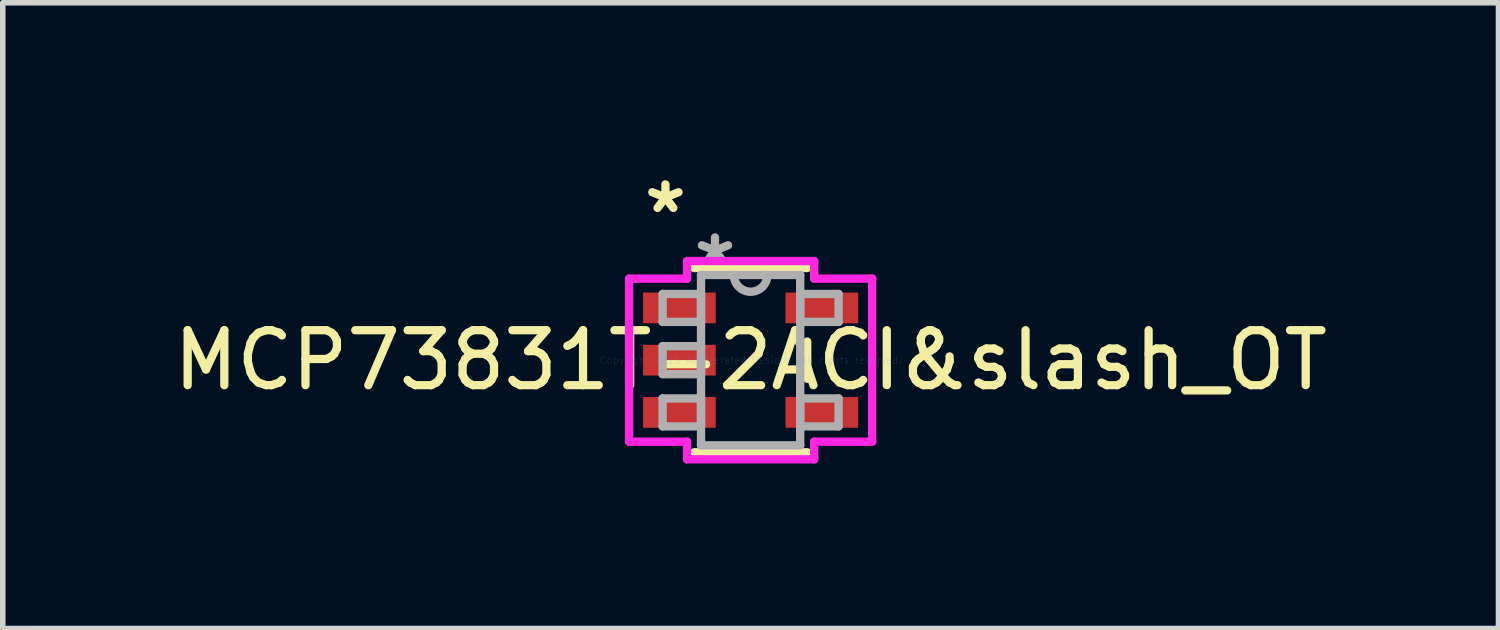
<source format=kicad_pcb>
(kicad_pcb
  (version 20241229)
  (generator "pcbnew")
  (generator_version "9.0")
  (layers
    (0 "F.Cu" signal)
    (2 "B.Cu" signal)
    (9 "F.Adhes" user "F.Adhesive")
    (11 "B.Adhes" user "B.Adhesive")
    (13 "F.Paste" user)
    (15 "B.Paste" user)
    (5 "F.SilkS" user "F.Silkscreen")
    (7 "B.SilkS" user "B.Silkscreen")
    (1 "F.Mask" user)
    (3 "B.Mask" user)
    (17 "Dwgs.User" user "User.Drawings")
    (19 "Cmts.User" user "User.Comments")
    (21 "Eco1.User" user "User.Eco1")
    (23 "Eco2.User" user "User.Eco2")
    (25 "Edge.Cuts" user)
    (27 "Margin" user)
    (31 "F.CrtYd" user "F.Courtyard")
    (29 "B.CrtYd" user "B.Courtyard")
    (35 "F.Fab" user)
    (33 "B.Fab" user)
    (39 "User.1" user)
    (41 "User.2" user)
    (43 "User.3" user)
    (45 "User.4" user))
  (footprint "MCP73831T-2ACI&slash_OT"
    (layer "F.Cu")
    (at 10.601 3.5)
    (property "Reference" "MCP73831T-2ACI&slash_OT" (at 0 0 0) (layer "F.SilkS") (effects (font (size 1 1) (thickness 0.15))))
    (attr through_hole)
    (fp_line (start -1.029 1.676) (end 1.029 1.676) (stroke (width 0.152) (type solid)) (layer "F.SilkS"))
    (fp_line (start 1.029 -1.676) (end -1.029 -1.676) (stroke (width 0.152) (type solid)) (layer "F.SilkS"))
    (fp_line (start 1.029 0.338) (end 1.029 -0.338) (stroke (width 0.152) (type solid)) (layer "F.SilkS"))
    (fp_line (start -2.21 -1.483) (end -1.156 -1.483) (stroke (width 0.152) (type solid)) (layer "F.CrtYd"))
    (fp_line (start -2.21 1.483) (end -2.21 -1.483) (stroke (width 0.152) (type solid)) (layer "F.CrtYd"))
    (fp_line (start -1.156 -1.803) (end 1.156 -1.803) (stroke (width 0.152) (type solid)) (layer "F.CrtYd"))
    (fp_line (start -1.156 -1.483) (end -1.156 -1.803) (stroke (width 0.152) (type solid)) (layer "F.CrtYd"))
    (fp_line (start -1.156 1.483) (end -2.21 1.483) (stroke (width 0.152) (type solid)) (layer "F.CrtYd"))
    (fp_line (start -1.156 1.803) (end -1.156 1.483) (stroke (width 0.152) (type solid)) (layer "F.CrtYd"))
    (fp_line (start 1.156 -1.803) (end 1.156 -1.483) (stroke (width 0.152) (type solid)) (layer "F.CrtYd"))
    (fp_line (start 1.156 -1.483) (end 2.21 -1.483) (stroke (width 0.152) (type solid)) (layer "F.CrtYd"))
    (fp_line (start 1.156 1.483) (end 1.156 1.803) (stroke (width 0.152) (type solid)) (layer "F.CrtYd"))
    (fp_line (start 1.156 1.803) (end -1.156 1.803) (stroke (width 0.152) (type solid)) (layer "F.CrtYd"))
    (fp_line (start 2.21 -1.483) (end 2.21 1.483) (stroke (width 0.152) (type solid)) (layer "F.CrtYd"))
    (fp_line (start 2.21 1.483) (end 1.156 1.483) (stroke (width 0.152) (type solid)) (layer "F.CrtYd"))
    (fp_line (start -1.6 -1.204) (end -1.6 -0.696) (stroke (width 0.152) (type solid)) (layer "F.Fab"))
    (fp_line (start -1.6 -0.696) (end -0.902 -0.696) (stroke (width 0.152) (type solid)) (layer "F.Fab"))
    (fp_line (start -1.6 -0.254) (end -1.6 0.254) (stroke (width 0.152) (type solid)) (layer "F.Fab"))
    (fp_line (start -1.6 0.254) (end -0.902 0.254) (stroke (width 0.152) (type solid)) (layer "F.Fab"))
    (fp_line (start -1.6 0.696) (end -1.6 1.204) (stroke (width 0.152) (type solid)) (layer "F.Fab"))
    (fp_line (start -1.6 1.204) (end -0.902 1.204) (stroke (width 0.152) (type solid)) (layer "F.Fab"))
    (fp_line (start -0.902 -1.549) (end -0.902 1.549) (stroke (width 0.152) (type solid)) (layer "F.Fab"))
    (fp_line (start -0.902 -1.204) (end -1.6 -1.204) (stroke (width 0.152) (type solid)) (layer "F.Fab"))
    (fp_line (start -0.902 -0.696) (end -0.902 -1.204) (stroke (width 0.152) (type solid)) (layer "F.Fab"))
    (fp_line (start -0.902 -0.254) (end -1.6 -0.254) (stroke (width 0.152) (type solid)) (layer "F.Fab"))
    (fp_line (start -0.902 0.254) (end -0.902 -0.254) (stroke (width 0.152) (type solid)) (layer "F.Fab"))
    (fp_line (start -0.902 0.696) (end -1.6 0.696) (stroke (width 0.152) (type solid)) (layer "F.Fab"))
    (fp_line (start -0.902 1.204) (end -0.902 0.696) (stroke (width 0.152) (type solid)) (layer "F.Fab"))
    (fp_line (start -0.902 1.549) (end 0.902 1.549) (stroke (width 0.152) (type solid)) (layer "F.Fab"))
    (fp_line (start 0.902 -1.549) (end -0.902 -1.549) (stroke (width 0.152) (type solid)) (layer "F.Fab"))
    (fp_line (start 0.902 -1.204) (end 0.902 -0.696) (stroke (width 0.152) (type solid)) (layer "F.Fab"))
    (fp_line (start 0.902 -0.696) (end 1.6 -0.696) (stroke (width 0.152) (type solid)) (layer "F.Fab"))
    (fp_line (start 0.902 0.696) (end 0.902 1.204) (stroke (width 0.152) (type solid)) (layer "F.Fab"))
    (fp_line (start 0.902 1.204) (end 1.6 1.204) (stroke (width 0.152) (type solid)) (layer "F.Fab"))
    (fp_line (start 0.902 1.549) (end 0.902 -1.549) (stroke (width 0.152) (type solid)) (layer "F.Fab"))
    (fp_line (start 1.6 -1.204) (end 0.902 -1.204) (stroke (width 0.152) (type solid)) (layer "F.Fab"))
    (fp_line (start 1.6 -0.696) (end 1.6 -1.204) (stroke (width 0.152) (type solid)) (layer "F.Fab"))
    (fp_line (start 1.6 0.696) (end 0.902 0.696) (stroke (width 0.152) (type solid)) (layer "F.Fab"))
    (fp_line (start 1.6 1.204) (end 1.6 0.696) (stroke (width 0.152) (type solid)) (layer "F.Fab"))
    (fp_arc (start 0.3048 -1.5494) (mid 0 -1.2446) (end -0.3048 -1.5494) (stroke (width 0.1524) (type solid)) (layer "F.Fab"))
    (fp_text user "*" (at -1.549 -2.652 0) (layer "F.SilkS") (effects (font (size 1 1) (thickness 0.15))))
    (fp_text user "Copyright 2016 Accelerated Designs. All rights reserved." (at 0 0 0) (layer "Cmts.User") (effects (font (size 0.127 0.127) (thickness 0.002))))
    (fp_text user "*" (at -0.648 -1.687 0) (layer "F.Fab") (effects (font (size 1 1) (thickness 0.15))))
    (pad "1" smd rect (at -1.295 -0.95) (size 1.321 0.559) (layers "F.Cu" "F.Mask" "F.Paste"))
    (pad "2" smd rect (at -1.295 0) (size 1.321 0.559) (layers "F.Cu" "F.Mask" "F.Paste"))
    (pad "3" smd rect (at -1.295 0.95) (size 1.321 0.559) (layers "F.Cu" "F.Mask" "F.Paste"))
    (pad "4" smd rect (at 1.295 0.95) (size 1.321 0.559) (layers "F.Cu" "F.Mask" "F.Paste"))
    (pad "5" smd rect (at 1.295 -0.95) (size 1.321 0.559) (layers "F.Cu" "F.Mask" "F.Paste")))
  (gr_rect
    (start -3 -3)
    (end 24.202 8.38)
    (stroke (width 0.1) (type default))
    (fill no)
    (layer "Edge.Cuts")))
</source>
